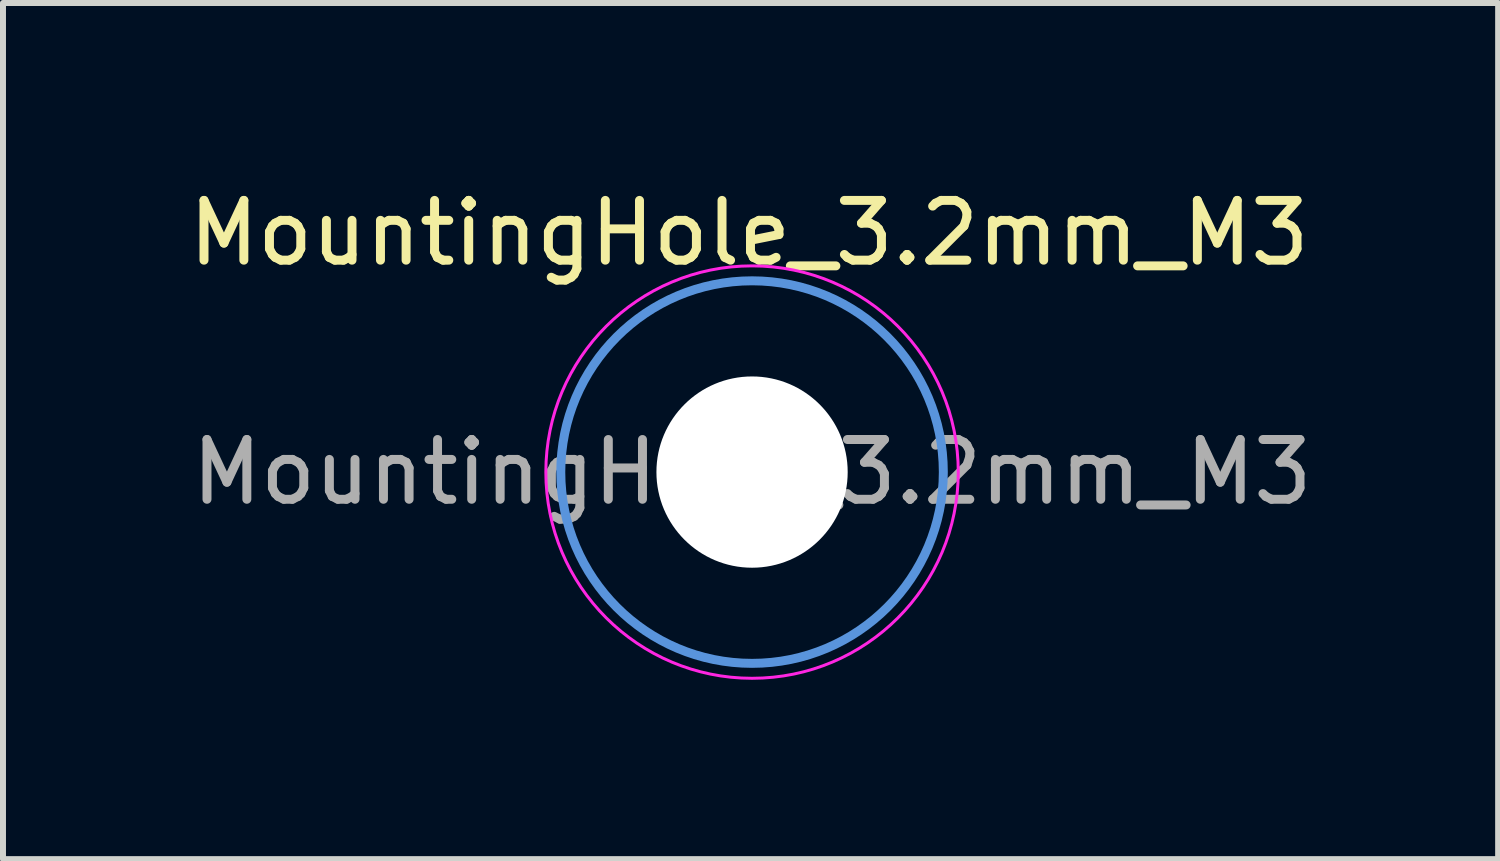
<source format=kicad_pcb>
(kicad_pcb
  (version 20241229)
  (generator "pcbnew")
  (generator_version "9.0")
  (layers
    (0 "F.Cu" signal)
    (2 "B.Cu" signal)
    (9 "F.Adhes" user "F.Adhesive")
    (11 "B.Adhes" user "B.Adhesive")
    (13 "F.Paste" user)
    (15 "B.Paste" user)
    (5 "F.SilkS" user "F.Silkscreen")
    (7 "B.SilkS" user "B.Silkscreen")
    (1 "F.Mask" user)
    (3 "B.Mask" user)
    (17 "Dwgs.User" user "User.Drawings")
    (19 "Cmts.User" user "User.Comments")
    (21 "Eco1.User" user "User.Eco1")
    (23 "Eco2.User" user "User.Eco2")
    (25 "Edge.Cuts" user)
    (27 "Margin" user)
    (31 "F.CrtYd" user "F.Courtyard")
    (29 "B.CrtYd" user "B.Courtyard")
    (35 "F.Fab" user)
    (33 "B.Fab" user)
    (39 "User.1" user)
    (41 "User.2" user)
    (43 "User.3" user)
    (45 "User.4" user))
  (footprint "MountingHole_3.2mm_M3"
    (layer "F.Cu")
    (at 9.482 4.848)
    (property "Reference" "MountingHole_3.2mm_M3" (at 0 -4 0) (unlocked yes) (layer "F.SilkS") (effects (font (size 1 1) (thickness 0.15))))
    (attr through_hole exclude_from_pos_files exclude_from_bom)
    (fp_circle (center 0.05 0) (end 3.25 0) (stroke (width 0.15) (type solid)) (fill no) (layer "Cmts.User"))
    (fp_circle (center 0.05 0) (end 3.5 0) (stroke (width 0.05) (type solid)) (fill no) (layer "F.CrtYd"))
    (fp_text user "${REFERENCE}" (at 0.05 0 0) (layer "F.Fab") (effects (font (size 1 1) (thickness 0.15))))
    (pad "" np_thru_hole circle (at 0.05 0) (size 3.2 3.2) (drill 3.2) (layers "*.Cu" "*.Mask")))
  (gr_rect
    (start -3 -3)
    (end 22.014 11.323)
    (stroke (width 0.1) (type default))
    (fill no)
    (layer "Edge.Cuts")))
</source>
